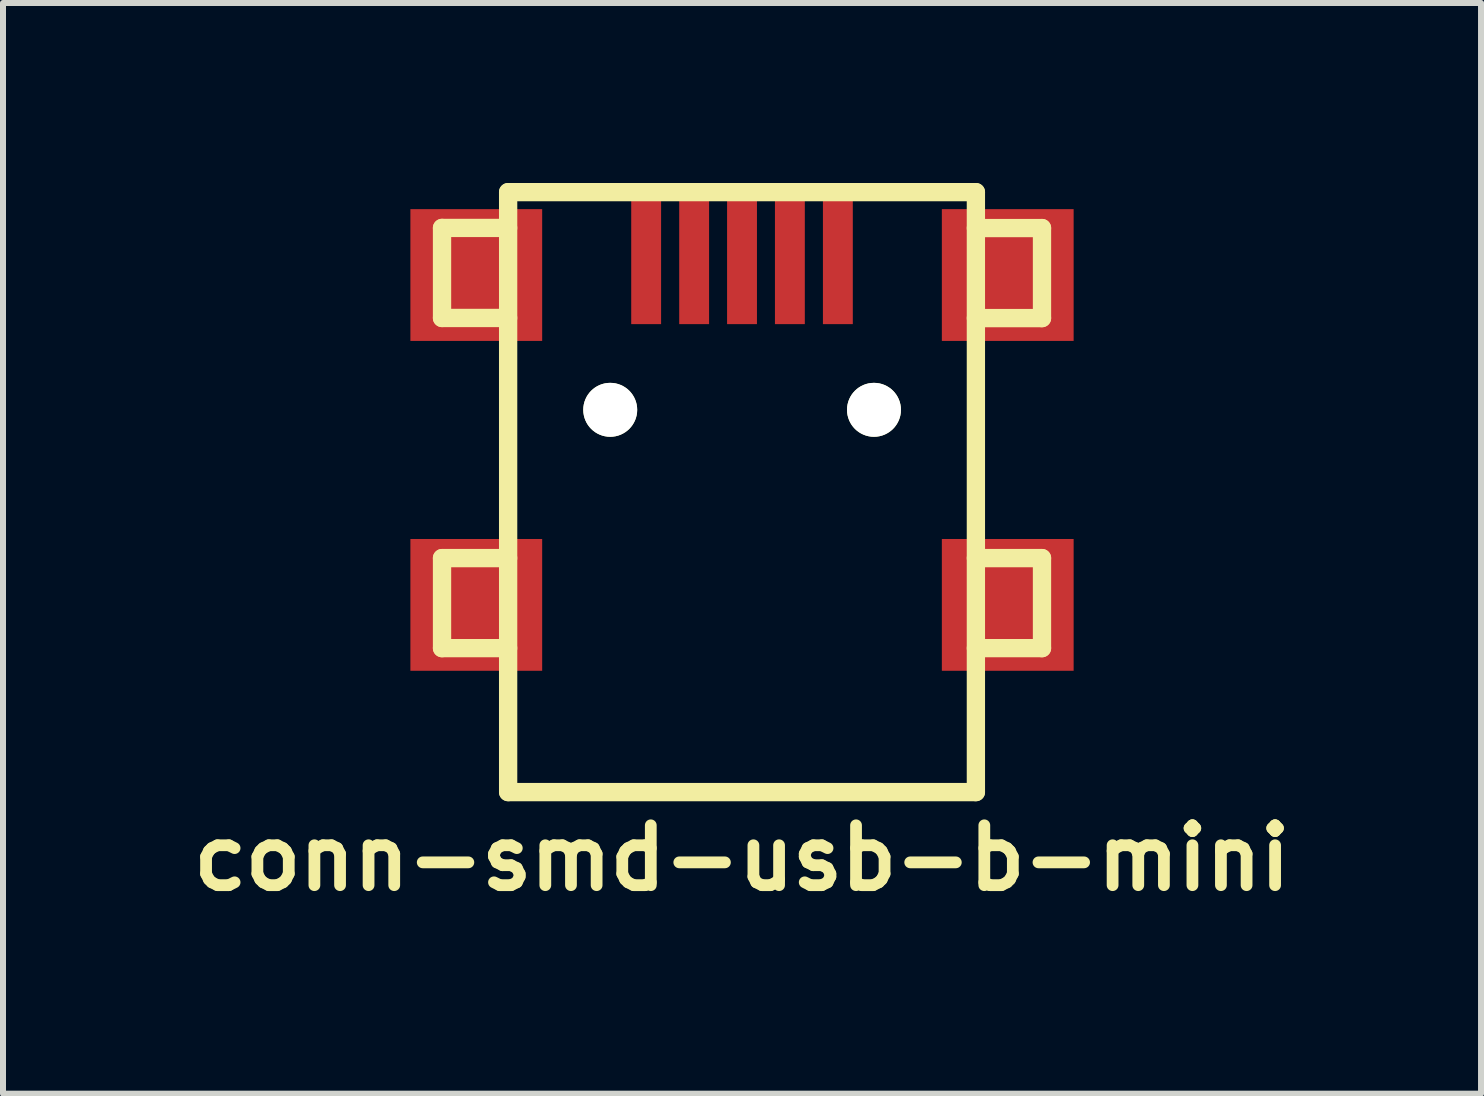
<source format=kicad_pcb>
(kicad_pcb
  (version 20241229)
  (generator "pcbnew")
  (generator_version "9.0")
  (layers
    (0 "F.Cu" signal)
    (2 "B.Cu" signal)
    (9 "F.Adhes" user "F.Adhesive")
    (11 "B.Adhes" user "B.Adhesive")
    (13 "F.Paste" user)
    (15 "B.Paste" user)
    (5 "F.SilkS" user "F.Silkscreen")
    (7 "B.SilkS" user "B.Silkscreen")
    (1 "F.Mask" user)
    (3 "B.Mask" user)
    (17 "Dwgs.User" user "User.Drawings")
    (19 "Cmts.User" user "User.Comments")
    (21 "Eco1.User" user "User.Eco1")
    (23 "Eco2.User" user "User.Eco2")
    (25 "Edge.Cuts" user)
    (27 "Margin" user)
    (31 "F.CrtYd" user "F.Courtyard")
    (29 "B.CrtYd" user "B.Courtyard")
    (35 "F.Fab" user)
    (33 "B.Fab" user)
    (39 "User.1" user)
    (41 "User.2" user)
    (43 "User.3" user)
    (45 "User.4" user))
  (footprint "conn-smd-usb-b-mini"
    (layer "F.Cu")
    (at 9.32 5.154)
    (property "Reference" "conn-smd-usb-b-mini" (at 0 6.101 0) (layer "F.SilkS") (effects (font (size 0.998 0.998) (thickness 0.196))))
    (attr through_hole)
    (fp_line (start -5.001 -4.404) (end -5.001 -2.903) (stroke (width 0.305) (type solid)) (layer "F.SilkS"))
    (fp_line (start -5.001 -2.903) (end -3.899 -2.903) (stroke (width 0.305) (type solid)) (layer "F.SilkS"))
    (fp_line (start -5.001 1.1) (end -5.001 2.601) (stroke (width 0.305) (type solid)) (layer "F.SilkS"))
    (fp_line (start -5.001 2.601) (end -3.899 2.601) (stroke (width 0.305) (type solid)) (layer "F.SilkS"))
    (fp_line (start -3.899 -5.001) (end -3.899 5.001) (stroke (width 0.305) (type solid)) (layer "F.SilkS"))
    (fp_line (start -3.899 -4.404) (end -5.001 -4.404) (stroke (width 0.305) (type solid)) (layer "F.SilkS"))
    (fp_line (start -3.899 1.1) (end -5.001 1.1) (stroke (width 0.305) (type solid)) (layer "F.SilkS"))
    (fp_line (start -3.899 5.001) (end 3.899 5.001) (stroke (width 0.305) (type solid)) (layer "F.SilkS"))
    (fp_line (start 3.899 -5.001) (end -3.899 -5.001) (stroke (width 0.305) (type solid)) (layer "F.SilkS"))
    (fp_line (start 3.899 -4.402) (end 5.001 -4.402) (stroke (width 0.305) (type solid)) (layer "F.SilkS"))
    (fp_line (start 3.899 1.1) (end 5.001 1.1) (stroke (width 0.305) (type solid)) (layer "F.SilkS"))
    (fp_line (start 3.899 5.001) (end 3.899 -5.001) (stroke (width 0.305) (type solid)) (layer "F.SilkS"))
    (fp_line (start 5.001 -4.402) (end 5.001 -2.901) (stroke (width 0.305) (type solid)) (layer "F.SilkS"))
    (fp_line (start 5.001 -2.901) (end 3.899 -2.901) (stroke (width 0.305) (type solid)) (layer "F.SilkS"))
    (fp_line (start 5.001 1.1) (end 5.001 2.601) (stroke (width 0.305) (type solid)) (layer "F.SilkS"))
    (fp_line (start 5.001 2.601) (end 3.899 2.601) (stroke (width 0.305) (type solid)) (layer "F.SilkS"))
    (pad "" np_thru_hole circle (at -2.197 -1.372) (size 0.899 0.899) (drill 0.899) (layers "*.Cu" "*.Mask" "F.SilkS"))
    (pad "" np_thru_hole circle (at 2.2 -1.372) (size 0.899 0.899) (drill 0.899) (layers "*.Cu" "*.Mask" "F.SilkS"))
    (pad "1" smd rect (at -1.598 -3.899) (size 0.498 2.197) (layers "F.Cu" "F.Mask" "F.Paste"))
    (pad "2" smd rect (at -0.798 -3.899) (size 0.498 2.197) (layers "F.Cu" "F.Mask" "F.Paste"))
    (pad "3" smd rect (at 0 -3.899) (size 0.498 2.197) (layers "F.Cu" "F.Mask" "F.Paste"))
    (pad "4" smd rect (at 0.798 -3.899) (size 0.498 2.197) (layers "F.Cu" "F.Mask" "F.Paste"))
    (pad "5" smd rect (at 1.598 -3.899) (size 0.498 2.197) (layers "F.Cu" "F.Mask" "F.Paste"))
    (pad "6" smd rect (at -4.43 -3.619) (size 2.197 2.197) (layers "F.Cu" "F.Mask" "F.Paste"))
    (pad "6" smd rect (at -4.43 1.88) (size 2.197 2.197) (layers "F.Cu" "F.Mask" "F.Paste"))
    (pad "6" smd rect (at 4.43 -3.619) (size 2.197 2.197) (layers "F.Cu" "F.Mask" "F.Paste"))
    (pad "6" smd rect (at 4.43 1.88) (size 2.197 2.197) (layers "F.Cu" "F.Mask" "F.Paste")))
  (gr_rect
    (start -3 -3)
    (end 21.64 15.182)
    (stroke (width 0.1) (type default))
    (fill no)
    (layer "Edge.Cuts")))
</source>
